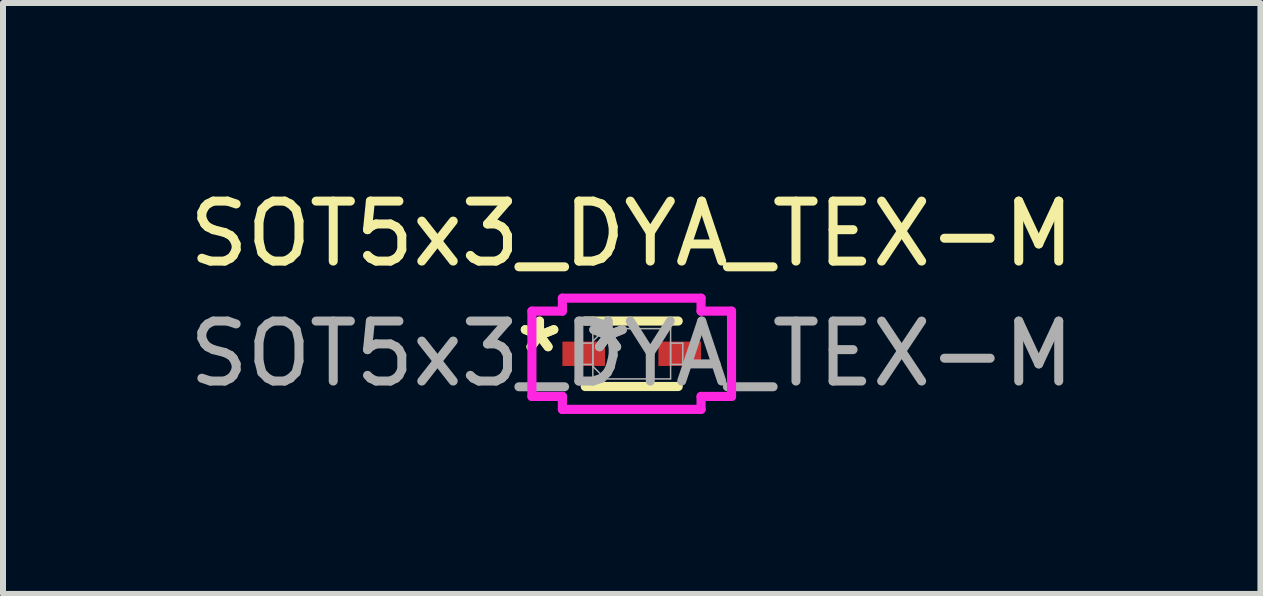
<source format=kicad_pcb>
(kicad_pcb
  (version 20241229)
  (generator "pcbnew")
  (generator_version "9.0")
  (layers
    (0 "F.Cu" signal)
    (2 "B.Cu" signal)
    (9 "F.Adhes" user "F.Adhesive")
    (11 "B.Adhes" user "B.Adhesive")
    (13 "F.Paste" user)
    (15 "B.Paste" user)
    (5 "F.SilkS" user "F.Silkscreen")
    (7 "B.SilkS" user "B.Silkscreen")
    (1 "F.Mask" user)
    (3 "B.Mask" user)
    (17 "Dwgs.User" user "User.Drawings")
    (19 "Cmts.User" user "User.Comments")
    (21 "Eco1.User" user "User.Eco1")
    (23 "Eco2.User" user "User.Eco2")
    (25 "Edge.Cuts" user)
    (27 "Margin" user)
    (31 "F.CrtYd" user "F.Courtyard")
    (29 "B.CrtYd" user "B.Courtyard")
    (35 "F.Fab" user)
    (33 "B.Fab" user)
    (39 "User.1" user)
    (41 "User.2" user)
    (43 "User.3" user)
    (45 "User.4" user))
  (footprint "SOT5x3_DYA_TEX-M"
    (layer "F.Cu")
    (at 7.482 2.848)
    (property "Reference" "SOT5x3_DYA_TEX-M" (at 0 -2 0) (unlocked yes) (layer "F.SilkS") (effects (font (size 1 1) (thickness 0.15))))
    (attr smd)
    (fp_line (start -0.775 0.546) (end 0.775 0.546) (stroke (width 0.152) (type solid)) (layer "F.SilkS"))
    (fp_line (start 0.775 -0.546) (end -0.775 -0.546) (stroke (width 0.152) (type solid)) (layer "F.SilkS"))
    (fp_line (start -1.664 -0.711) (end -1.156 -0.711) (stroke (width 0.152) (type solid)) (layer "F.CrtYd"))
    (fp_line (start -1.664 0.711) (end -1.664 -0.711) (stroke (width 0.152) (type solid)) (layer "F.CrtYd"))
    (fp_line (start -1.156 -0.927) (end 1.156 -0.927) (stroke (width 0.152) (type solid)) (layer "F.CrtYd"))
    (fp_line (start -1.156 -0.711) (end -1.156 -0.927) (stroke (width 0.152) (type solid)) (layer "F.CrtYd"))
    (fp_line (start -1.156 0.711) (end -1.664 0.711) (stroke (width 0.152) (type solid)) (layer "F.CrtYd"))
    (fp_line (start -1.156 0.927) (end -1.156 0.711) (stroke (width 0.152) (type solid)) (layer "F.CrtYd"))
    (fp_line (start 1.156 -0.927) (end 1.156 -0.711) (stroke (width 0.152) (type solid)) (layer "F.CrtYd"))
    (fp_line (start 1.156 -0.711) (end 1.664 -0.711) (stroke (width 0.152) (type solid)) (layer "F.CrtYd"))
    (fp_line (start 1.156 0.711) (end 1.156 0.927) (stroke (width 0.152) (type solid)) (layer "F.CrtYd"))
    (fp_line (start 1.156 0.927) (end -1.156 0.927) (stroke (width 0.152) (type solid)) (layer "F.CrtYd"))
    (fp_line (start 1.664 -0.711) (end 1.664 0.711) (stroke (width 0.152) (type solid)) (layer "F.CrtYd"))
    (fp_line (start 1.664 0.711) (end 1.156 0.711) (stroke (width 0.152) (type solid)) (layer "F.CrtYd"))
    (fp_line (start -0.851 -0.178) (end -0.851 0.178) (stroke (width 0.025) (type solid)) (layer "F.Fab"))
    (fp_line (start -0.851 0.178) (end -0.648 0.178) (stroke (width 0.025) (type solid)) (layer "F.Fab"))
    (fp_line (start -0.648 -0.419) (end -0.648 0.419) (stroke (width 0.025) (type solid)) (layer "F.Fab"))
    (fp_line (start -0.648 -0.21) (end -0.438 -0.419) (stroke (width 0.025) (type solid)) (layer "F.Fab"))
    (fp_line (start -0.648 -0.178) (end -0.851 -0.178) (stroke (width 0.025) (type solid)) (layer "F.Fab"))
    (fp_line (start -0.648 0.178) (end -0.648 -0.178) (stroke (width 0.025) (type solid)) (layer "F.Fab"))
    (fp_line (start -0.648 0.21) (end -0.438 0.419) (stroke (width 0.025) (type solid)) (layer "F.Fab"))
    (fp_line (start -0.648 0.419) (end 0.648 0.419) (stroke (width 0.025) (type solid)) (layer "F.Fab"))
    (fp_line (start 0.648 -0.419) (end -0.648 -0.419) (stroke (width 0.025) (type solid)) (layer "F.Fab"))
    (fp_line (start 0.648 -0.178) (end 0.648 0.178) (stroke (width 0.025) (type solid)) (layer "F.Fab"))
    (fp_line (start 0.648 0.178) (end 0.851 0.178) (stroke (width 0.025) (type solid)) (layer "F.Fab"))
    (fp_line (start 0.648 0.419) (end 0.648 -0.419) (stroke (width 0.025) (type solid)) (layer "F.Fab"))
    (fp_line (start 0.851 -0.178) (end 0.648 -0.178) (stroke (width 0.025) (type solid)) (layer "F.Fab"))
    (fp_line (start 0.851 0.178) (end 0.851 -0.178) (stroke (width 0.025) (type solid)) (layer "F.Fab"))
    (fp_text user "*" (at -1.537 0 0) (unlocked yes) (layer "F.SilkS") (effects (font (size 1 1) (thickness 0.15))))
    (fp_text user "*" (at -1.537 0 0) (layer "F.SilkS") (effects (font (size 1 1) (thickness 0.15))))
    (fp_text user "*" (at -0.394 0 0) (layer "F.Fab") (effects (font (size 1 1) (thickness 0.15))))
    (fp_text user "*" (at -0.394 0 0) (unlocked yes) (layer "F.Fab") (effects (font (size 1 1) (thickness 0.15))))
    (fp_text user "${REFERENCE}" (at 0 0 0) (unlocked yes) (layer "F.Fab") (effects (font (size 1 1) (thickness 0.15))))
    (pad "1" smd rect (at -0.8 0) (size 0.711 0.406) (layers "F.Cu" "F.Mask" "F.Paste"))
    (pad "2" smd rect (at 0.8 0) (size 0.711 0.406) (layers "F.Cu" "F.Mask" "F.Paste"))
    (zone (net_name "") (layer "F.Cu") (hatch full 0.508) (connect_pads) (min_thickness 0.254) (filled_areas_thickness no) (keepout (tracks not_allowed) (vias not_allowed) (pads allowed) (copperpour not_allowed) (footprints allowed)) (placement (enabled no)) (fill) (polygon (pts (xy 7.088 2.48) (xy 7.876 2.48) (xy 7.876 3.217) (xy 7.088 3.217)))))
  (gr_rect
    (start -3 -3)
    (end 17.964 6.852)
    (stroke (width 0.1) (type default))
    (fill no)
    (layer "Edge.Cuts")))
</source>
